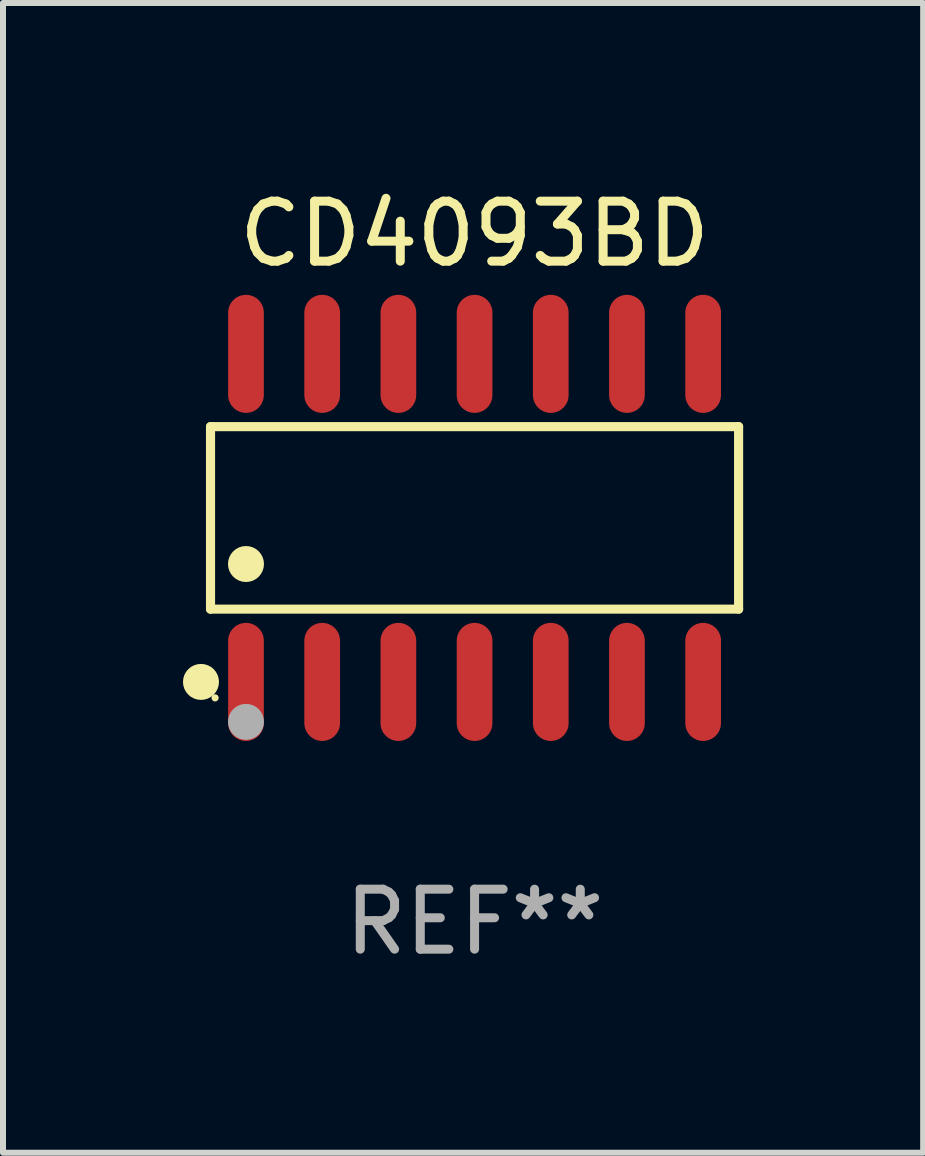
<source format=kicad_pcb>
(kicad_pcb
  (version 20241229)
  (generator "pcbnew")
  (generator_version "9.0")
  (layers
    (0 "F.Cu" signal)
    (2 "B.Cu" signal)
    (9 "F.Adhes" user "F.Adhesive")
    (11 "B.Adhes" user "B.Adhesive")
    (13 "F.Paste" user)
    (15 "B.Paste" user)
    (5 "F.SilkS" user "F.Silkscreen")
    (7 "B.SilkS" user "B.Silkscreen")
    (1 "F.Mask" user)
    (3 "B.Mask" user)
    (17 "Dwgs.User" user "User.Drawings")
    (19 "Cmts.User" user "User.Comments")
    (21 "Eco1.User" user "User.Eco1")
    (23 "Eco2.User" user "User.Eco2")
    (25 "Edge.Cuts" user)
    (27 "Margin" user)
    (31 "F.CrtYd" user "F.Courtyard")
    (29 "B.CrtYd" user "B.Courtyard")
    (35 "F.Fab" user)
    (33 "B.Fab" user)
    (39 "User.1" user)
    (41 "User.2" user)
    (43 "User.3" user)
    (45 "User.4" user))
  (footprint "CD4093BD"
    (layer "F.Cu")
    (at 4.86 5.582)
    (property "Reference" "CD4093BD" (at 0 -4.734 0) (layer "F.SilkS") (effects (font (size 1 1) (thickness 0.15))))
    (attr through_hole)
    (fp_line (start -4.401 -1.521) (end 4.401 -1.521) (stroke (width 0.152) (type solid)) (layer "F.SilkS"))
    (fp_line (start -4.401 1.521) (end -4.401 -1.521) (stroke (width 0.152) (type solid)) (layer "F.SilkS"))
    (fp_line (start 4.401 -1.521) (end 4.401 1.521) (stroke (width 0.152) (type solid)) (layer "F.SilkS"))
    (fp_line (start 4.401 1.521) (end -4.401 1.521) (stroke (width 0.152) (type solid)) (layer "F.SilkS"))
    (fp_circle (center -4.56 2.734) (end -4.41 2.734) (stroke (width 0.3) (type solid)) (fill no) (layer "F.SilkS"))
    (fp_circle (center -4.325 3) (end -4.295 3) (stroke (width 0.06) (type solid)) (fill no) (layer "F.SilkS"))
    (fp_circle (center -3.81 0.769) (end -3.66 0.769) (stroke (width 0.3) (type solid)) (fill no) (layer "F.SilkS"))
    (fp_circle (center -3.81 3.4) (end -3.66 3.4) (stroke (width 0.3) (type solid)) (fill no) (layer "F.Fab"))
    (fp_text user "REF**" (at 0 6.734 0) (layer "F.Fab") (effects (font (size 1 1) (thickness 0.15))))
    (pad "1" smd oval (at -3.81 2.734) (size 0.595 1.968) (layers "F.Cu" "F.Mask" "F.Paste"))
    (pad "2" smd oval (at -2.54 2.734) (size 0.595 1.968) (layers "F.Cu" "F.Mask" "F.Paste"))
    (pad "3" smd oval (at -1.27 2.734) (size 0.595 1.968) (layers "F.Cu" "F.Mask" "F.Paste"))
    (pad "4" smd oval (at 0 2.734) (size 0.595 1.968) (layers "F.Cu" "F.Mask" "F.Paste"))
    (pad "5" smd oval (at 1.27 2.734) (size 0.595 1.968) (layers "F.Cu" "F.Mask" "F.Paste"))
    (pad "6" smd oval (at 2.54 2.734) (size 0.595 1.968) (layers "F.Cu" "F.Mask" "F.Paste"))
    (pad "7" smd oval (at 3.81 2.734) (size 0.595 1.968) (layers "F.Cu" "F.Mask" "F.Paste"))
    (pad "8" smd oval (at 3.81 -2.734) (size 0.595 1.968) (layers "F.Cu" "F.Mask" "F.Paste"))
    (pad "9" smd oval (at 2.54 -2.734) (size 0.595 1.968) (layers "F.Cu" "F.Mask" "F.Paste"))
    (pad "10" smd oval (at 1.27 -2.734) (size 0.595 1.968) (layers "F.Cu" "F.Mask" "F.Paste"))
    (pad "11" smd oval (at 0 -2.734) (size 0.595 1.968) (layers "F.Cu" "F.Mask" "F.Paste"))
    (pad "12" smd oval (at -1.27 -2.734) (size 0.595 1.968) (layers "F.Cu" "F.Mask" "F.Paste"))
    (pad "13" smd oval (at -2.54 -2.734) (size 0.595 1.968) (layers "F.Cu" "F.Mask" "F.Paste"))
    (pad "14" smd oval (at -3.81 -2.734) (size 0.595 1.968) (layers "F.Cu" "F.Mask" "F.Paste")))
  (gr_rect
    (start -3 -3)
    (end 12.337 16.164)
    (stroke (width 0.1) (type default))
    (fill no)
    (layer "Edge.Cuts")))
</source>
